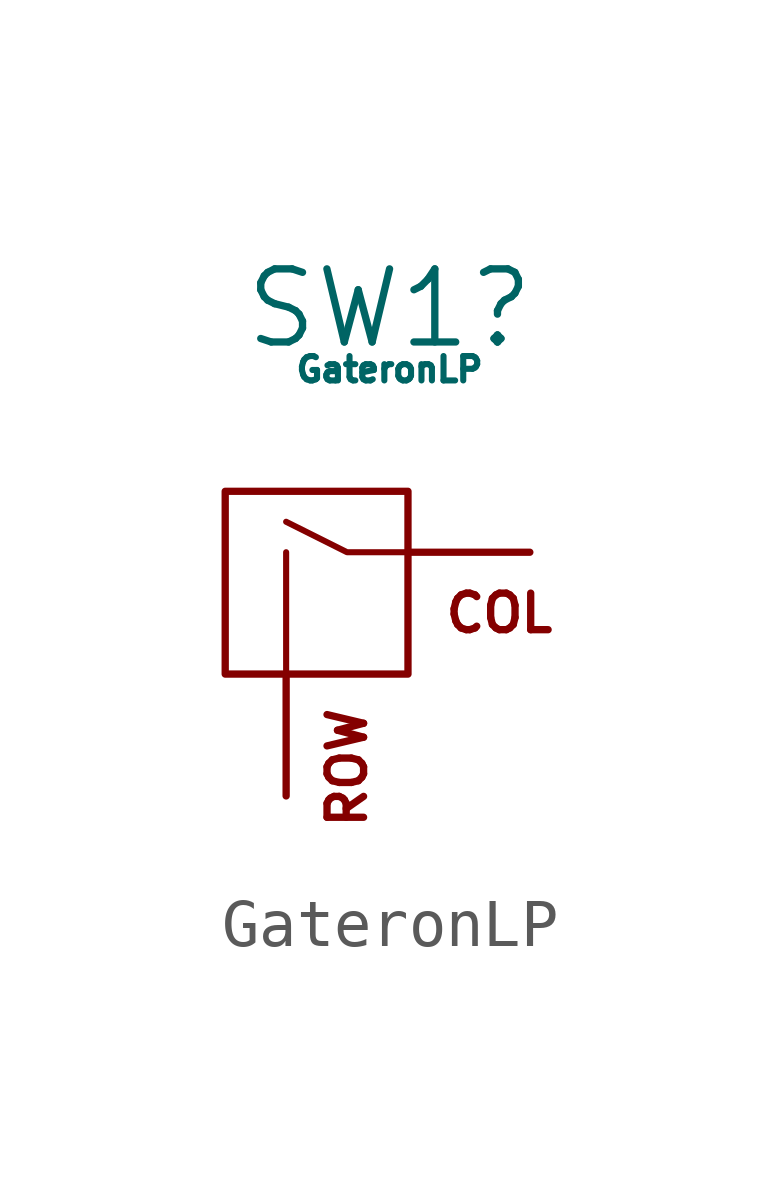
<source format=kicad_sym>
(kicad_symbol_lib
  (version 20211014)
  (generator kicad_symbol_editor)
  (symbol "GateronLP"
    (pin_names
      (offset 1.016))
    (property "Reference" "SW1"
      (at 0.886 6.35 0)
      (effects (font (size 1.524 1.524))))
    (property "Value" "GateronLP"
      (at 0.886 5.08 0)
      (effects (font (size 0.508 0.508))))
    (symbol "GateronLP_0_0"
      (rectangle (start -2.54 2.54) (end 1.27 -1.27) (stroke (width 0) (type default) (color 0 0 0 0)) (fill (type none)))
      (polyline (pts (xy -1.27 -1.27) (xy -1.27 1.27)) (stroke (width 0.127) (type default) (color 0 0 0 0)) (fill (type none)))
      (polyline (pts (xy 1.27 1.27) (xy 0 1.27) (xy -1.27 1.905)) (stroke (width 0.127) (type default) (color 0 0 0 0)) (fill (type none)))
      (text "COL" (at 3.175 0 0) (effects (font (size 0.762 0.762))))
      (text "ROW" (at 0 -1.905 900) (effects (font (size 0.762 0.762)) (justify right))))
    (symbol "GateronLP_1_1"
      (pin passive line (at 3.81 1.27 180) (length 2.54) (name "COL" (effects (font (size 0 0)))) (number "1" (effects (font (size 0 0)))))
      (pin passive line (at -1.27 -3.81 90) (length 2.54) (name "ROW" (effects (font (size 0 0)))) (number "2" (effects (font (size 0 0))))))))
</source>
